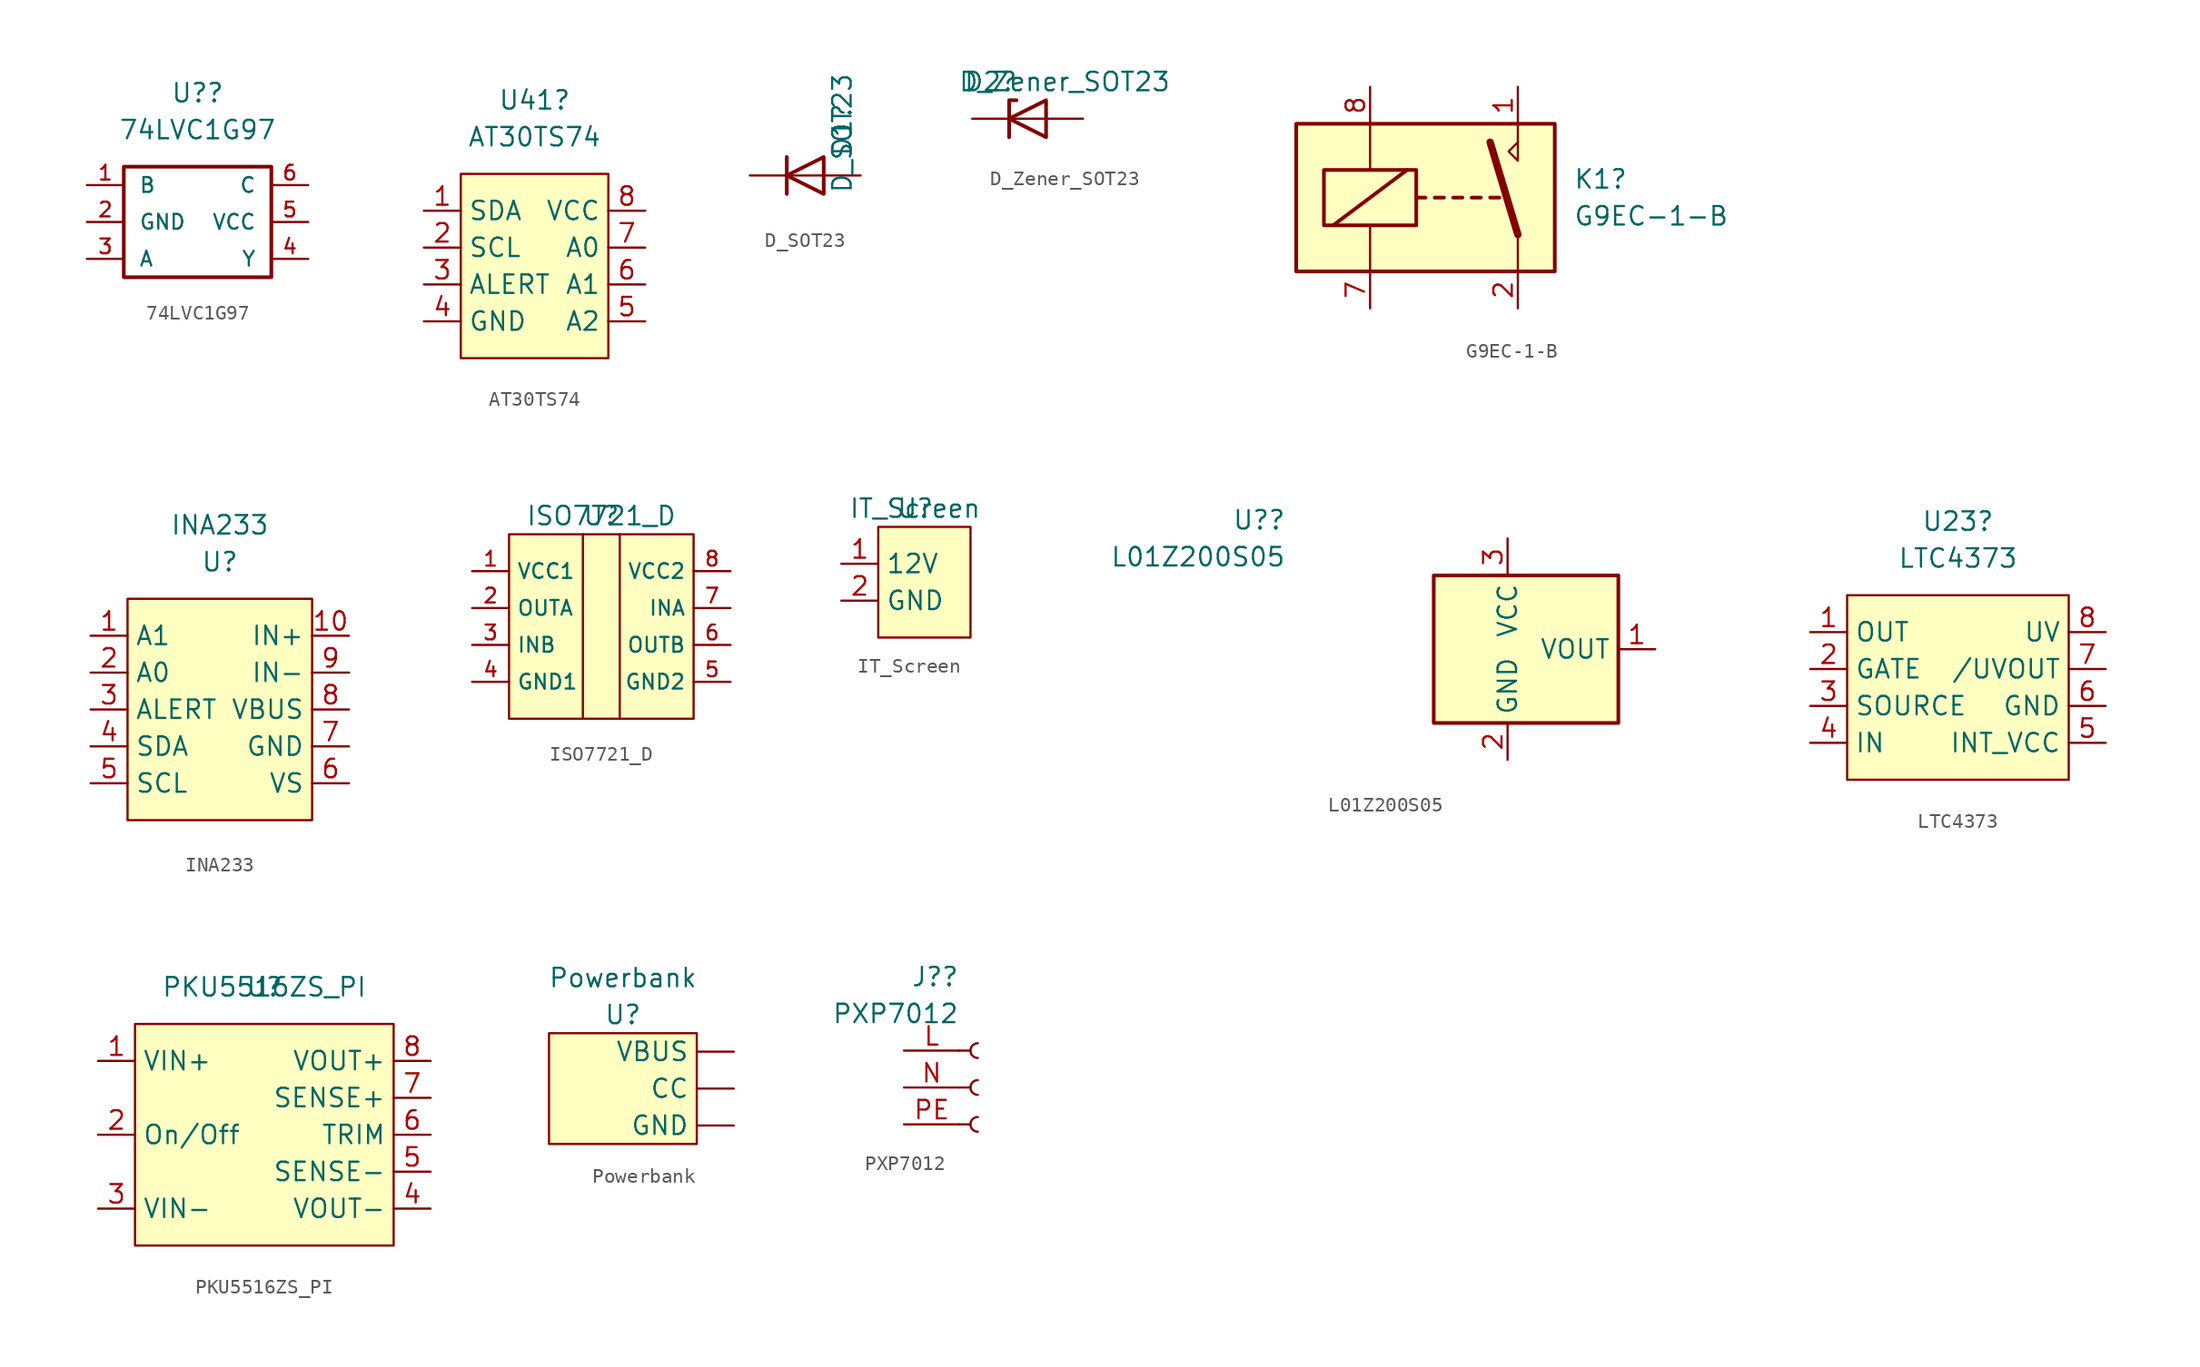
<source format=kicad_sym>
(kicad_symbol_lib
  (version 20211014)
  (generator kicad_symbol_editor)
  (symbol "74LVC1G97"
    (pin_names
      (offset 1.016))
    (property "Reference" "U?"
      (at 0 8.89 0)
      (effects (font (size 1.27 1.27))))
    (property "Value" "74LVC1G97"
      (at 0 6.35 0)
      (effects (font (size 1.27 1.27))))
    (symbol "74LVC1G97_0_1"
      (rectangle (start -5.08 3.81) (end 5.08 -3.81) (stroke (width 0.254) (type default) (color 0 0 0 0)) (fill (type none))))
    (symbol "74LVC1G97_1_1"
      (pin passive line (at -7.62 2.54 0) (length 2.54) (name "B" (effects (font (size 1.016 1.016)))) (number "1" (effects (font (size 1.016 1.016)))))
      (pin passive line (at -7.62 0 0) (length 2.54) (name "GND" (effects (font (size 1.016 1.016)))) (number "2" (effects (font (size 1.016 1.016)))))
      (pin passive line (at -7.62 -2.54 0) (length 2.54) (name "A" (effects (font (size 1.016 1.016)))) (number "3" (effects (font (size 1.016 1.016)))))
      (pin passive line (at 7.62 -2.54 180) (length 2.54) (name "Y" (effects (font (size 1.016 1.016)))) (number "4" (effects (font (size 1.016 1.016)))))
      (pin passive line (at 7.62 0 180) (length 2.54) (name "VCC" (effects (font (size 1.016 1.016)))) (number "5" (effects (font (size 1.016 1.016)))))
      (pin passive line (at 7.62 2.54 180) (length 2.54) (name "C" (effects (font (size 1.016 1.016)))) (number "6" (effects (font (size 1.016 1.016)))))))
  (symbol "AT30TS74"
    (property "Reference" "U41"
      (at 0 11.43 0)
      (effects (font (size 1.27 1.27))))
    (property "Value" "AT30TS74"
      (at 0 8.89 0)
      (effects (font (size 1.27 1.27))))
    (symbol "AT30TS74_0_1"
      (rectangle (start -5.08 6.35) (end 5.08 -6.35) (stroke (width 0) (type default) (color 0 0 0 0)) (fill (type background))))
    (symbol "AT30TS74_1_1"
      (pin passive line (at -7.62 3.81 0) (length 2.54) (name "SDA" (effects (font (size 1.27 1.27)))) (number "1" (effects (font (size 1.27 1.27)))))
      (pin passive line (at -7.62 1.27 0) (length 2.54) (name "SCL" (effects (font (size 1.27 1.27)))) (number "2" (effects (font (size 1.27 1.27)))))
      (pin passive line (at -7.62 -1.27 0) (length 2.54) (name "ALERT" (effects (font (size 1.27 1.27)))) (number "3" (effects (font (size 1.27 1.27)))))
      (pin passive line (at -7.62 -3.81 0) (length 2.54) (name "GND" (effects (font (size 1.27 1.27)))) (number "4" (effects (font (size 1.27 1.27)))))
      (pin passive line (at 7.62 -3.81 180) (length 2.54) (name "A2" (effects (font (size 1.27 1.27)))) (number "5" (effects (font (size 1.27 1.27)))))
      (pin passive line (at 7.62 -1.27 180) (length 2.54) (name "A1" (effects (font (size 1.27 1.27)))) (number "6" (effects (font (size 1.27 1.27)))))
      (pin passive line (at 7.62 1.27 180) (length 2.54) (name "A0" (effects (font (size 1.27 1.27)))) (number "7" (effects (font (size 1.27 1.27)))))
      (pin passive line (at 7.62 3.81 180) (length 2.54) (name "VCC" (effects (font (size 1.27 1.27)))) (number "8" (effects (font (size 1.27 1.27)))))))
  (symbol "D_SOT23"
    (pin_numbers hide)
    (pin_names
      (offset 1.016) hide)
    (property "Reference" "D1"
      (at 2.54 1.27 90)
      (effects (font (size 1.27 1.27)) (justify left)))
    (property "Value" "D_SOT23"
      (at 2.54 -1.27 90)
      (effects (font (size 1.27 1.27)) (justify left)))
    (symbol "D_SOT23_0_1"
      (polyline (pts (xy -1.27 1.27) (xy -1.27 -1.27)) (stroke (width 0.254) (type default) (color 0 0 0 0)) (fill (type none)))
      (polyline (pts (xy 1.27 0) (xy -1.27 0)) (stroke (width 0) (type default) (color 0 0 0 0)) (fill (type none)))
      (polyline (pts (xy 1.27 1.27) (xy 1.27 -1.27) (xy -1.27 0) (xy 1.27 1.27)) (stroke (width 0.254) (type default) (color 0 0 0 0)) (fill (type none))))
    (symbol "D_SOT23_1_1"
      (pin passive line (at 3.81 0 180) (length 2.54) (name "A" (effects (font (size 1.27 1.27)))) (number "1" (effects (font (size 1.27 1.27)))))
      (pin no_connect line (at 1.27 -2.54 180) (length 2.54) hide (name "~" (effects (font (size 1.27 1.27)))) (number "2" (effects (font (size 1.27 1.27)))))
      (pin passive line (at -3.81 0 0) (length 2.54) (name "K" (effects (font (size 1.27 1.27)))) (number "3" (effects (font (size 1.27 1.27)))))))
  (symbol "D_Zener_SOT23"
    (pin_numbers hide)
    (pin_names
      (offset 1.016) hide)
    (property "Reference" "D2"
      (at -2.54 2.54 0)
      (effects (font (size 1.27 1.27))))
    (property "Value" "D_Zener_SOT23"
      (at 2.54 2.54 0)
      (effects (font (size 1.27 1.27))))
    (symbol "D_Zener_SOT23_0_1"
      (polyline (pts (xy 1.27 0) (xy -1.27 0)) (stroke (width 0) (type default) (color 0 0 0 0)) (fill (type none)))
      (polyline (pts (xy -1.27 -1.27) (xy -1.27 1.27) (xy -0.762 1.27)) (stroke (width 0.254) (type default) (color 0 0 0 0)) (fill (type none)))
      (polyline (pts (xy 1.27 -1.27) (xy 1.27 1.27) (xy -1.27 0) (xy 1.27 -1.27)) (stroke (width 0.254) (type default) (color 0 0 0 0)) (fill (type none))))
    (symbol "D_Zener_SOT23_1_1"
      (pin passive line (at 3.81 0 180) (length 2.54) (name "A" (effects (font (size 1.27 1.27)))) (number "1" (effects (font (size 1.27 1.27)))))
      (pin no_connect line (at 1.27 -2.54 180) (length 2.54) hide (name "~" (effects (font (size 1.27 1.27)))) (number "2" (effects (font (size 1.27 1.27)))))
      (pin passive line (at -3.81 0 0) (length 2.54) (name "K" (effects (font (size 1.27 1.27)))) (number "3" (effects (font (size 1.27 1.27)))))))
  (symbol "G9EC-1-B"
    (property "Reference" "K1"
      (at 8.89 1.27 0)
      (effects (font (size 1.27 1.27)) (justify left)))
    (property "Value" "G9EC-1-B"
      (at 8.89 -1.27 0)
      (effects (font (size 1.27 1.27)) (justify left)))
    (symbol "G9EC-1-B_0_0"
      (polyline (pts (xy 5.08 5.08) (xy 5.08 2.54) (xy 4.445 3.175) (xy 5.08 3.81)) (stroke (width 0) (type default) (color 0 0 0 0)) (fill (type none))))
    (symbol "G9EC-1-B_0_1"
      (rectangle (start -10.16 5.08) (end 7.62 -5.08) (stroke (width 0.254) (type default) (color 0 0 0 0)) (fill (type background)))
      (rectangle (start -8.255 1.905) (end -1.905 -1.905) (stroke (width 0.254) (type default) (color 0 0 0 0)) (fill (type none)))
      (polyline (pts (xy -7.62 -1.905) (xy -2.54 1.905)) (stroke (width 0.254) (type default) (color 0 0 0 0)) (fill (type none)))
      (polyline (pts (xy -5.08 -5.08) (xy -5.08 -1.905)) (stroke (width 0) (type default) (color 0 0 0 0)) (fill (type none)))
      (polyline (pts (xy -5.08 5.08) (xy -5.08 1.905)) (stroke (width 0) (type default) (color 0 0 0 0)) (fill (type none)))
      (polyline (pts (xy -1.905 0) (xy -1.27 0)) (stroke (width 0.254) (type default) (color 0 0 0 0)) (fill (type none)))
      (polyline (pts (xy -0.635 0) (xy 0 0)) (stroke (width 0.254) (type default) (color 0 0 0 0)) (fill (type none)))
      (polyline (pts (xy 0.635 0) (xy 1.27 0)) (stroke (width 0.254) (type default) (color 0 0 0 0)) (fill (type none)))
      (polyline (pts (xy 1.905 0) (xy 2.54 0)) (stroke (width 0.254) (type default) (color 0 0 0 0)) (fill (type none)))
      (polyline (pts (xy 3.175 0) (xy 3.81 0)) (stroke (width 0.254) (type default) (color 0 0 0 0)) (fill (type none)))
      (polyline (pts (xy 5.08 -2.54) (xy 3.175 3.81)) (stroke (width 0.508) (type default) (color 0 0 0 0)) (fill (type none)))
      (polyline (pts (xy 5.08 -2.54) (xy 5.08 -5.08)) (stroke (width 0) (type default) (color 0 0 0 0)) (fill (type none))))
    (symbol "G9EC-1-B_1_1"
      (pin passive line (at 5.08 7.62 270) (length 2.54) (name "~" (effects (font (size 1.27 1.27)))) (number "1" (effects (font (size 1.27 1.27)))))
      (pin passive line (at 5.08 -7.62 90) (length 2.54) (name "~" (effects (font (size 1.27 1.27)))) (number "2" (effects (font (size 1.27 1.27)))))
      (pin passive line (at -5.08 -7.62 90) (length 2.54) (name "~" (effects (font (size 1.27 1.27)))) (number "7" (effects (font (size 1.27 1.27)))))
      (pin passive line (at -5.08 7.62 270) (length 2.54) (name "~" (effects (font (size 1.27 1.27)))) (number "8" (effects (font (size 1.27 1.27)))))))
  (symbol "INA233"
    (property "Reference" "U"
      (at 0 2.54 0)
      (effects (font (size 1.27 1.27))))
    (property "Value" "INA233"
      (at 0 5.08 0)
      (effects (font (size 1.27 1.27))))
    (symbol "INA233_0_1"
      (rectangle (start -6.35 0) (end 6.35 -15.24) (stroke (width 0) (type default) (color 0 0 0 0)) (fill (type background))))
    (symbol "INA233_1_1"
      (pin passive line (at -8.89 -2.54 0) (length 2.54) (name "A1" (effects (font (size 1.27 1.27)))) (number "1" (effects (font (size 1.27 1.27)))))
      (pin passive line (at 8.89 -2.54 180) (length 2.54) (name "IN+" (effects (font (size 1.27 1.27)))) (number "10" (effects (font (size 1.27 1.27)))))
      (pin passive line (at -8.89 -5.08 0) (length 2.54) (name "A0" (effects (font (size 1.27 1.27)))) (number "2" (effects (font (size 1.27 1.27)))))
      (pin passive line (at -8.89 -7.62 0) (length 2.54) (name "ALERT" (effects (font (size 1.27 1.27)))) (number "3" (effects (font (size 1.27 1.27)))))
      (pin passive line (at -8.89 -10.16 0) (length 2.54) (name "SDA" (effects (font (size 1.27 1.27)))) (number "4" (effects (font (size 1.27 1.27)))))
      (pin passive line (at -8.89 -12.7 0) (length 2.54) (name "SCL" (effects (font (size 1.27 1.27)))) (number "5" (effects (font (size 1.27 1.27)))))
      (pin passive line (at 8.89 -12.7 180) (length 2.54) (name "VS" (effects (font (size 1.27 1.27)))) (number "6" (effects (font (size 1.27 1.27)))))
      (pin passive line (at 8.89 -10.16 180) (length 2.54) (name "GND" (effects (font (size 1.27 1.27)))) (number "7" (effects (font (size 1.27 1.27)))))
      (pin passive line (at 8.89 -7.62 180) (length 2.54) (name "VBUS" (effects (font (size 1.27 1.27)))) (number "8" (effects (font (size 1.27 1.27)))))
      (pin passive line (at 8.89 -5.08 180) (length 2.54) (name "IN-" (effects (font (size 1.27 1.27)))) (number "9" (effects (font (size 1.27 1.27)))))))
  (symbol "ISO7721_D"
    (property "Reference" "U"
      (at 0 0 0)
      (effects (font (size 1.27 1.27))))
    (property "Value" "ISO7721_D"
      (at 0 0 0)
      (effects (font (size 1.27 1.27))))
    (symbol "ISO7721_D_0_1"
      (rectangle (start -6.35 -1.27) (end 6.35 -13.97) (stroke (width 0) (type default) (color 0 0 0 0)) (fill (type background)))
      (polyline (pts (xy -1.27 -1.27) (xy -1.27 -13.97)) (stroke (width 0) (type default) (color 0 0 0 0)) (fill (type none)))
      (polyline (pts (xy 1.27 -1.27) (xy 1.27 -13.97)) (stroke (width 0) (type default) (color 0 0 0 0)) (fill (type none))))
    (symbol "ISO7721_D_1_1"
      (pin passive line (at -8.89 -3.81 0) (length 2.54) (name "VCC1" (effects (font (size 1.016 1.016)))) (number "1" (effects (font (size 1.016 1.016)))))
      (pin passive line (at -8.89 -6.35 0) (length 2.54) (name "OUTA" (effects (font (size 1.016 1.016)))) (number "2" (effects (font (size 1.016 1.016)))))
      (pin passive line (at -8.89 -8.89 0) (length 2.54) (name "INB" (effects (font (size 1.016 1.016)))) (number "3" (effects (font (size 1.016 1.016)))))
      (pin passive line (at -8.89 -11.43 0) (length 2.54) (name "GND1" (effects (font (size 1.016 1.016)))) (number "4" (effects (font (size 1.016 1.016)))))
      (pin passive line (at 8.89 -11.43 180) (length 2.54) (name "GND2" (effects (font (size 1.016 1.016)))) (number "5" (effects (font (size 1.016 1.016)))))
      (pin passive line (at 8.89 -8.89 180) (length 2.54) (name "OUTB" (effects (font (size 1.016 1.016)))) (number "6" (effects (font (size 1.016 1.016)))))
      (pin passive line (at 8.89 -6.35 180) (length 2.54) (name "INA" (effects (font (size 1.016 1.016)))) (number "7" (effects (font (size 1.016 1.016)))))
      (pin passive line (at 8.89 -3.81 180) (length 2.54) (name "VCC2" (effects (font (size 1.016 1.016)))) (number "8" (effects (font (size 1.016 1.016)))))))
  (symbol "IT_Screen"
    (property "Reference" "U"
      (at 0 0 0)
      (effects (font (size 1.27 1.27))))
    (property "Value" "IT_Screen"
      (at 0 0 0)
      (effects (font (size 1.27 1.27))))
    (symbol "IT_Screen_0_1"
      (rectangle (start -2.54 -1.27) (end 3.81 -8.89) (stroke (width 0) (type default) (color 0 0 0 0)) (fill (type background))))
    (symbol "IT_Screen_1_1"
      (pin passive line (at -5.08 -3.81 0) (length 2.54) (name "12V" (effects (font (size 1.27 1.27)))) (number "1" (effects (font (size 1.27 1.27)))))
      (pin passive line (at -5.08 -6.35 0) (length 2.54) (name "GND" (effects (font (size 1.27 1.27)))) (number "2" (effects (font (size 1.27 1.27)))))))
  (symbol "L01Z200S05"
    (property "Reference" "U?"
      (at -15.24 8.89 0)
      (effects (font (size 1.27 1.27)) (justify right)))
    (property "Value" "L01Z200S05"
      (at -15.24 6.35 0)
      (effects (font (size 1.27 1.27)) (justify right)))
    (symbol "L01Z200S05_0_1"
      (rectangle (start -5.08 5.08) (end 7.62 -5.08) (stroke (width 0.254) (type default) (color 0 0 0 0)) (fill (type background))))
    (symbol "L01Z200S05_1_1"
      (pin output line (at 10.16 0 180) (length 2.54) (name "VOUT" (effects (font (size 1.27 1.27)))) (number "1" (effects (font (size 1.27 1.27)))))
      (pin passive line (at 0 -7.62 90) (length 2.54) (name "GND" (effects (font (size 1.27 1.27)))) (number "2" (effects (font (size 1.27 1.27)))))
      (pin no_connect line (at 7.62 -2.54 180) (length 2.54) hide (name "NC" (effects (font (size 1.27 1.27)))) (number "3" (effects (font (size 1.27 1.27)))))
      (pin passive line (at 0 7.62 270) (length 2.54) (name "VCC" (effects (font (size 1.27 1.27)))) (number "3" (effects (font (size 1.27 1.27)))))))
  (symbol "LTC4373"
    (property "Reference" "U23"
      (at 0 11.43 0)
      (effects (font (size 1.27 1.27))))
    (property "Value" "LTC4373"
      (at 0 8.89 0)
      (effects (font (size 1.27 1.27))))
    (symbol "LTC4373_0_1"
      (rectangle (start -7.62 6.35) (end 7.62 -6.35) (stroke (width 0) (type default) (color 0 0 0 0)) (fill (type background))))
    (symbol "LTC4373_1_1"
      (pin passive line (at -10.16 3.81 0) (length 2.54) (name "OUT" (effects (font (size 1.27 1.27)))) (number "1" (effects (font (size 1.27 1.27)))))
      (pin passive line (at -10.16 1.27 0) (length 2.54) (name "GATE" (effects (font (size 1.27 1.27)))) (number "2" (effects (font (size 1.27 1.27)))))
      (pin passive line (at -10.16 -1.27 0) (length 2.54) (name "SOURCE" (effects (font (size 1.27 1.27)))) (number "3" (effects (font (size 1.27 1.27)))))
      (pin passive line (at -10.16 -3.81 0) (length 2.54) (name "IN" (effects (font (size 1.27 1.27)))) (number "4" (effects (font (size 1.27 1.27)))))
      (pin passive line (at 10.16 -3.81 180) (length 2.54) (name "INT_VCC" (effects (font (size 1.27 1.27)))) (number "5" (effects (font (size 1.27 1.27)))))
      (pin passive line (at 10.16 -1.27 180) (length 2.54) (name "GND" (effects (font (size 1.27 1.27)))) (number "6" (effects (font (size 1.27 1.27)))))
      (pin passive line (at 10.16 1.27 180) (length 2.54) (name "/UVOUT" (effects (font (size 1.27 1.27)))) (number "7" (effects (font (size 1.27 1.27)))))
      (pin passive line (at 10.16 3.81 180) (length 2.54) (name "UV" (effects (font (size 1.27 1.27)))) (number "8" (effects (font (size 1.27 1.27)))))))
  (symbol "PKU5516ZS_PI"
    (property "Reference" "U"
      (at 0 0 0)
      (effects (font (size 1.27 1.27))))
    (property "Value" "PKU5516ZS_PI"
      (at 0 0 0)
      (effects (font (size 1.27 1.27))))
    (symbol "PKU5516ZS_PI_0_1"
      (rectangle (start -8.89 -2.54) (end 8.89 -17.78) (stroke (width 0) (type default) (color 0 0 0 0)) (fill (type background))))
    (symbol "PKU5516ZS_PI_1_1"
      (pin passive line (at -11.43 -5.08 0) (length 2.54) (name "VIN+" (effects (font (size 1.27 1.27)))) (number "1" (effects (font (size 1.27 1.27)))))
      (pin passive line (at -11.43 -10.16 0) (length 2.54) (name "On/Off" (effects (font (size 1.27 1.27)))) (number "2" (effects (font (size 1.27 1.27)))))
      (pin passive line (at -11.43 -15.24 0) (length 2.54) (name "VIN-" (effects (font (size 1.27 1.27)))) (number "3" (effects (font (size 1.27 1.27)))))
      (pin passive line (at 11.43 -15.24 180) (length 2.54) (name "VOUT-" (effects (font (size 1.27 1.27)))) (number "4" (effects (font (size 1.27 1.27)))))
      (pin passive line (at 11.43 -12.7 180) (length 2.54) (name "SENSE-" (effects (font (size 1.27 1.27)))) (number "5" (effects (font (size 1.27 1.27)))))
      (pin passive line (at 11.43 -10.16 180) (length 2.54) (name "TRIM" (effects (font (size 1.27 1.27)))) (number "6" (effects (font (size 1.27 1.27)))))
      (pin passive line (at 11.43 -7.62 180) (length 2.54) (name "SENSE+" (effects (font (size 1.27 1.27)))) (number "7" (effects (font (size 1.27 1.27)))))
      (pin passive line (at 11.43 -5.08 180) (length 2.54) (name "VOUT+" (effects (font (size 1.27 1.27)))) (number "8" (effects (font (size 1.27 1.27)))))))
  (symbol "Powerbank"
    (property "Reference" "U"
      (at 0 5.08 0)
      (effects (font (size 1.27 1.27))))
    (property "Value" "Powerbank"
      (at 0 7.62 0)
      (effects (font (size 1.27 1.27))))
    (symbol "Powerbank_0_1"
      (rectangle (start -5.08 3.81) (end 5.08 -3.81) (stroke (width 0) (type default) (color 0 0 0 0)) (fill (type background))))
    (symbol "Powerbank_1_1"
      (pin passive line (at 7.62 0 180) (length 2.54) (name "CC" (effects (font (size 1.27 1.27)))) (number "" (effects (font (size 1.27 1.27)))))
      (pin passive line (at 7.62 -2.54 180) (length 2.54) (name "GND" (effects (font (size 1.27 1.27)))) (number "" (effects (font (size 1.27 1.27)))))
      (pin passive line (at 7.62 2.54 180) (length 2.54) (name "VBUS" (effects (font (size 1.27 1.27)))) (number "" (effects (font (size 1.27 1.27)))))))
  (symbol "PXP7012"
    (pin_names
      (offset 1.016) hide)
    (property "Reference" "J?"
      (at -1.27 7.62 0)
      (effects (font (size 1.27 1.27)) (justify right)))
    (property "Value" "PXP7012"
      (at -1.27 5.08 0)
      (effects (font (size 1.27 1.27)) (justify right)))
    (symbol "PXP7012_1_1"
      (arc (start 0 -2.032) (mid -0.508 -2.54) (end 0 -3.048) (stroke (width 0.1524) (type default) (color 0 0 0 0)) (fill (type none)))
      (polyline (pts (xy -1.27 -2.54) (xy -0.508 -2.54)) (stroke (width 0.152) (type default) (color 0 0 0 0)) (fill (type none)))
      (polyline (pts (xy -1.27 0) (xy -0.508 0)) (stroke (width 0.152) (type default) (color 0 0 0 0)) (fill (type none)))
      (polyline (pts (xy -1.27 2.54) (xy -0.508 2.54)) (stroke (width 0.152) (type default) (color 0 0 0 0)) (fill (type none)))
      (arc (start 0 0.508) (mid -0.508 0) (end 0 -0.508) (stroke (width 0.1524) (type default) (color 0 0 0 0)) (fill (type none)))
      (arc (start 0 3.048) (mid -0.508 2.54) (end 0 2.032) (stroke (width 0.1524) (type default) (color 0 0 0 0)) (fill (type none)))
      (pin passive line (at -5.08 2.54 0) (length 3.81) (name "Pin_1" (effects (font (size 1.27 1.27)))) (number "L" (effects (font (size 1.27 1.27)))))
      (pin passive line (at -5.08 0 0) (length 3.81) (name "Pin_2" (effects (font (size 1.27 1.27)))) (number "N" (effects (font (size 1.27 1.27)))))
      (pin passive line (at -5.08 -2.54 0) (length 3.81) (name "Pin_3" (effects (font (size 1.27 1.27)))) (number "PE" (effects (font (size 1.27 1.27))))))))
</source>
